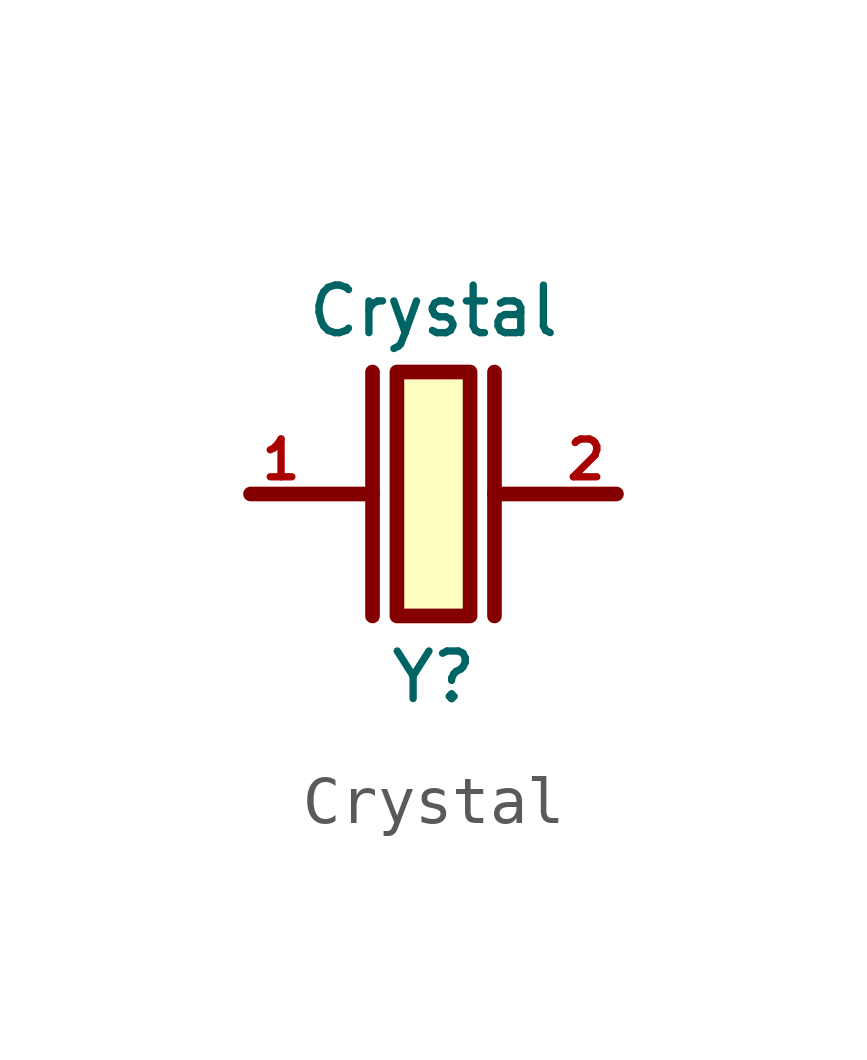
<source format=kicad_sym>
(kicad_symbol_lib
  (version 20220914)
  (generator kicad_symbol_editor)
  (symbol "Crystal"
    (pin_names
      (offset 1.016) hide)
    (property "Reference" "Y"
      (at 0 -3.81 0)
      (effects (font (size 0.991 0.991))))
    (property "Value" "Crystal"
      (at 0 3.81 0)
      (effects (font (size 0.991 0.991))))
    (property "Footprint" ""
      (at 0 5.08 0)
      (effects (font (size 0.991 0.991))))
    (property "Datasheet" ""
      (at 0 0 0)
      (effects (font (size 1.524 1.524))))
    (symbol "Crystal_0_1"
      (rectangle (start -0.762 2.54) (end 0.762 -2.54) (stroke (width 0.305) (type default)) (fill (type background)))
      (polyline (pts (xy -3.81 0) (xy -1.27 0)) (stroke (width 0.305) (type default)) (fill (type none)))
      (polyline (pts (xy -1.27 2.54) (xy -1.27 -2.54)) (stroke (width 0.305) (type default)) (fill (type none)))
      (polyline (pts (xy 1.27 2.54) (xy 1.27 -2.54)) (stroke (width 0.305) (type default)) (fill (type none)))
      (polyline (pts (xy 3.81 0) (xy 1.27 0)) (stroke (width 0.305) (type default)) (fill (type none))))
    (symbol "Crystal_1_1"
      (pin passive line (at -3.81 0 0) (length 1.27) (name "1" (effects (font (size 0.787 0.787)))) (number "1" (effects (font (size 0.787 0.787)))))
      (pin passive line (at 3.81 0 180) (length 1.27) (name "2" (effects (font (size 0.787 0.787)))) (number "2" (effects (font (size 0.787 0.787))))))))
</source>
